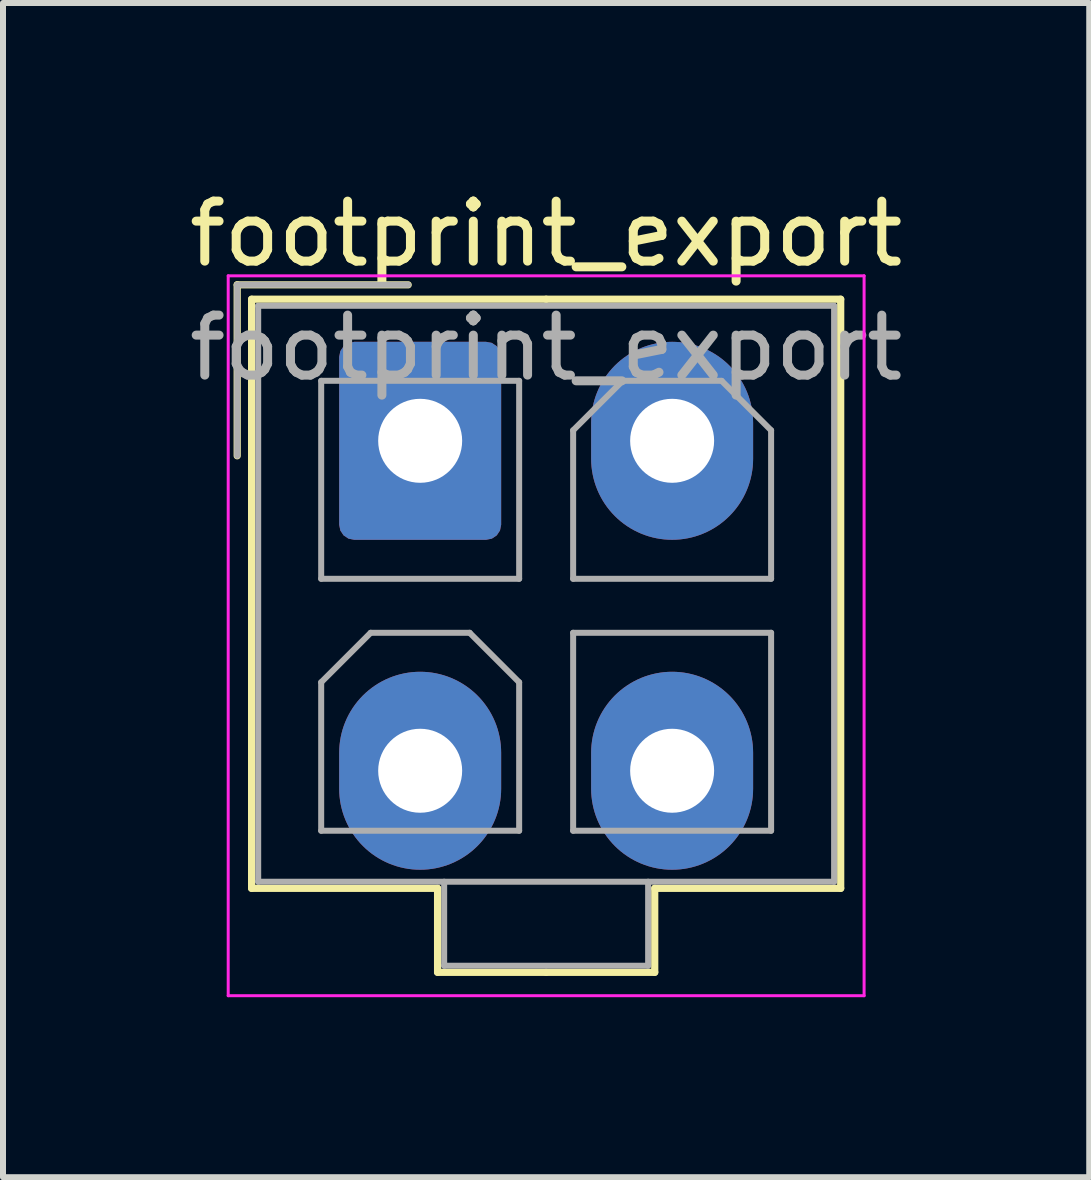
<source format=kicad_pcb>
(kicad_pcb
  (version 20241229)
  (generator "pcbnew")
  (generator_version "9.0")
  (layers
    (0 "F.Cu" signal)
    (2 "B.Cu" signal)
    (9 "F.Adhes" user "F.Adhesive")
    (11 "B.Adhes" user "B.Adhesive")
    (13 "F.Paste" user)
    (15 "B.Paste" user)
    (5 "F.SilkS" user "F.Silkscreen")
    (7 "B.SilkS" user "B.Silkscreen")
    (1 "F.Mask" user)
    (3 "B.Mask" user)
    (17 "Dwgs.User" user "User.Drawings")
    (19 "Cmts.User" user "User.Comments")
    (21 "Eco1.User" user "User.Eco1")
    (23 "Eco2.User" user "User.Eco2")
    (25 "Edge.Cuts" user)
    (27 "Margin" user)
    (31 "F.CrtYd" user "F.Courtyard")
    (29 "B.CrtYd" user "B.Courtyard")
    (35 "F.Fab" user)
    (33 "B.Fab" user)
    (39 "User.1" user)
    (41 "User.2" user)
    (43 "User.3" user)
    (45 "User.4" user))
  (footprint "footprint_export"
    (layer "F.Cu")
    (at 3.954 4.298)
    (property "Reference" "footprint_export" (at 2.1 -3.45 0) (layer "F.SilkS") (effects (font (size 1 1) (thickness 0.15))))
    (attr through_hole)
    (fp_line (start -3.05 -2.6) (end -3.05 0.25) (stroke (width 0.12) (type solid)) (layer "F.SilkS"))
    (fp_line (start -2.81 -2.36) (end -2.81 7.46) (stroke (width 0.12) (type solid)) (layer "F.SilkS"))
    (fp_line (start -2.81 7.46) (end 0.29 7.46) (stroke (width 0.12) (type solid)) (layer "F.SilkS"))
    (fp_line (start -0.2 -2.6) (end -3.05 -2.6) (stroke (width 0.12) (type solid)) (layer "F.SilkS"))
    (fp_line (start 0.29 7.46) (end 0.29 8.86) (stroke (width 0.12) (type solid)) (layer "F.SilkS"))
    (fp_line (start 0.29 8.86) (end 2.1 8.86) (stroke (width 0.12) (type solid)) (layer "F.SilkS"))
    (fp_line (start 2.1 -2.36) (end -2.81 -2.36) (stroke (width 0.12) (type solid)) (layer "F.SilkS"))
    (fp_line (start 2.1 -2.36) (end 7.01 -2.36) (stroke (width 0.12) (type solid)) (layer "F.SilkS"))
    (fp_line (start 3.91 7.46) (end 3.91 8.86) (stroke (width 0.12) (type solid)) (layer "F.SilkS"))
    (fp_line (start 3.91 8.86) (end 2.1 8.86) (stroke (width 0.12) (type solid)) (layer "F.SilkS"))
    (fp_line (start 7.01 -2.36) (end 7.01 7.46) (stroke (width 0.12) (type solid)) (layer "F.SilkS"))
    (fp_line (start 7.01 7.46) (end 3.91 7.46) (stroke (width 0.12) (type solid)) (layer "F.SilkS"))
    (fp_line (start -3.2 -2.75) (end -3.2 9.25) (stroke (width 0.05) (type solid)) (layer "F.CrtYd"))
    (fp_line (start -3.2 9.25) (end 7.4 9.25) (stroke (width 0.05) (type solid)) (layer "F.CrtYd"))
    (fp_line (start 7.4 -2.75) (end -3.2 -2.75) (stroke (width 0.05) (type solid)) (layer "F.CrtYd"))
    (fp_line (start 7.4 9.25) (end 7.4 -2.75) (stroke (width 0.05) (type solid)) (layer "F.CrtYd"))
    (fp_line (start -3.05 -2.6) (end -3.05 0.25) (stroke (width 0.1) (type solid)) (layer "F.Fab"))
    (fp_line (start -2.7 -2.25) (end -2.7 7.35) (stroke (width 0.1) (type solid)) (layer "F.Fab"))
    (fp_line (start -2.7 7.35) (end 6.9 7.35) (stroke (width 0.1) (type solid)) (layer "F.Fab"))
    (fp_line (start -1.65 -1) (end -1.65 2.3) (stroke (width 0.1) (type solid)) (layer "F.Fab"))
    (fp_line (start -1.65 2.3) (end 1.65 2.3) (stroke (width 0.1) (type solid)) (layer "F.Fab"))
    (fp_line (start -1.65 4.025) (end -0.825 3.2) (stroke (width 0.1) (type solid)) (layer "F.Fab"))
    (fp_line (start -1.65 6.5) (end -1.65 4.025) (stroke (width 0.1) (type solid)) (layer "F.Fab"))
    (fp_line (start -0.825 3.2) (end 0.825 3.2) (stroke (width 0.1) (type solid)) (layer "F.Fab"))
    (fp_line (start -0.2 -2.6) (end -3.05 -2.6) (stroke (width 0.1) (type solid)) (layer "F.Fab"))
    (fp_line (start 0.4 7.35) (end 0.4 8.75) (stroke (width 0.1) (type solid)) (layer "F.Fab"))
    (fp_line (start 0.4 8.75) (end 3.8 8.75) (stroke (width 0.1) (type solid)) (layer "F.Fab"))
    (fp_line (start 0.825 3.2) (end 1.65 4.025) (stroke (width 0.1) (type solid)) (layer "F.Fab"))
    (fp_line (start 1.65 -1) (end -1.65 -1) (stroke (width 0.1) (type solid)) (layer "F.Fab"))
    (fp_line (start 1.65 2.3) (end 1.65 -1) (stroke (width 0.1) (type solid)) (layer "F.Fab"))
    (fp_line (start 1.65 4.025) (end 1.65 6.5) (stroke (width 0.1) (type solid)) (layer "F.Fab"))
    (fp_line (start 1.65 6.5) (end -1.65 6.5) (stroke (width 0.1) (type solid)) (layer "F.Fab"))
    (fp_line (start 2.55 -0.175) (end 3.375 -1) (stroke (width 0.1) (type solid)) (layer "F.Fab"))
    (fp_line (start 2.55 2.3) (end 2.55 -0.175) (stroke (width 0.1) (type solid)) (layer "F.Fab"))
    (fp_line (start 2.55 3.2) (end 2.55 6.5) (stroke (width 0.1) (type solid)) (layer "F.Fab"))
    (fp_line (start 2.55 6.5) (end 5.85 6.5) (stroke (width 0.1) (type solid)) (layer "F.Fab"))
    (fp_line (start 3.375 -1) (end 5.025 -1) (stroke (width 0.1) (type solid)) (layer "F.Fab"))
    (fp_line (start 3.8 8.75) (end 3.8 7.35) (stroke (width 0.1) (type solid)) (layer "F.Fab"))
    (fp_line (start 5.025 -1) (end 5.85 -0.175) (stroke (width 0.1) (type solid)) (layer "F.Fab"))
    (fp_line (start 5.85 -0.175) (end 5.85 2.3) (stroke (width 0.1) (type solid)) (layer "F.Fab"))
    (fp_line (start 5.85 2.3) (end 2.55 2.3) (stroke (width 0.1) (type solid)) (layer "F.Fab"))
    (fp_line (start 5.85 3.2) (end 2.55 3.2) (stroke (width 0.1) (type solid)) (layer "F.Fab"))
    (fp_line (start 5.85 6.5) (end 5.85 3.2) (stroke (width 0.1) (type solid)) (layer "F.Fab"))
    (fp_line (start 6.9 -2.25) (end -2.7 -2.25) (stroke (width 0.1) (type solid)) (layer "F.Fab"))
    (fp_line (start 6.9 7.35) (end 6.9 -2.25) (stroke (width 0.1) (type solid)) (layer "F.Fab"))
    (fp_text user "${REFERENCE}" (at 2.1 -1.55 0) (layer "F.Fab") (effects (font (size 1 1) (thickness 0.15))))
    (pad "1" thru_hole roundrect (at 0 0) (size 2.7 3.3) (drill 1.4) (layers "*.Cu" "*.Mask") (roundrect_rratio 0.093))
    (pad "2" thru_hole oval (at 4.2 0) (size 2.7 3.3) (drill 1.4) (layers "*.Cu" "*.Mask"))
    (pad "3" thru_hole oval (at 0 5.5) (size 2.7 3.3) (drill 1.4) (layers "*.Cu" "*.Mask"))
    (pad "4" thru_hole oval (at 4.2 5.5) (size 2.7 3.3) (drill 1.4) (layers "*.Cu" "*.Mask")))
  (gr_rect
    (start -3 -3)
    (end 15.107 16.573)
    (stroke (width 0.1) (type default))
    (fill no)
    (layer "Edge.Cuts")))
</source>
